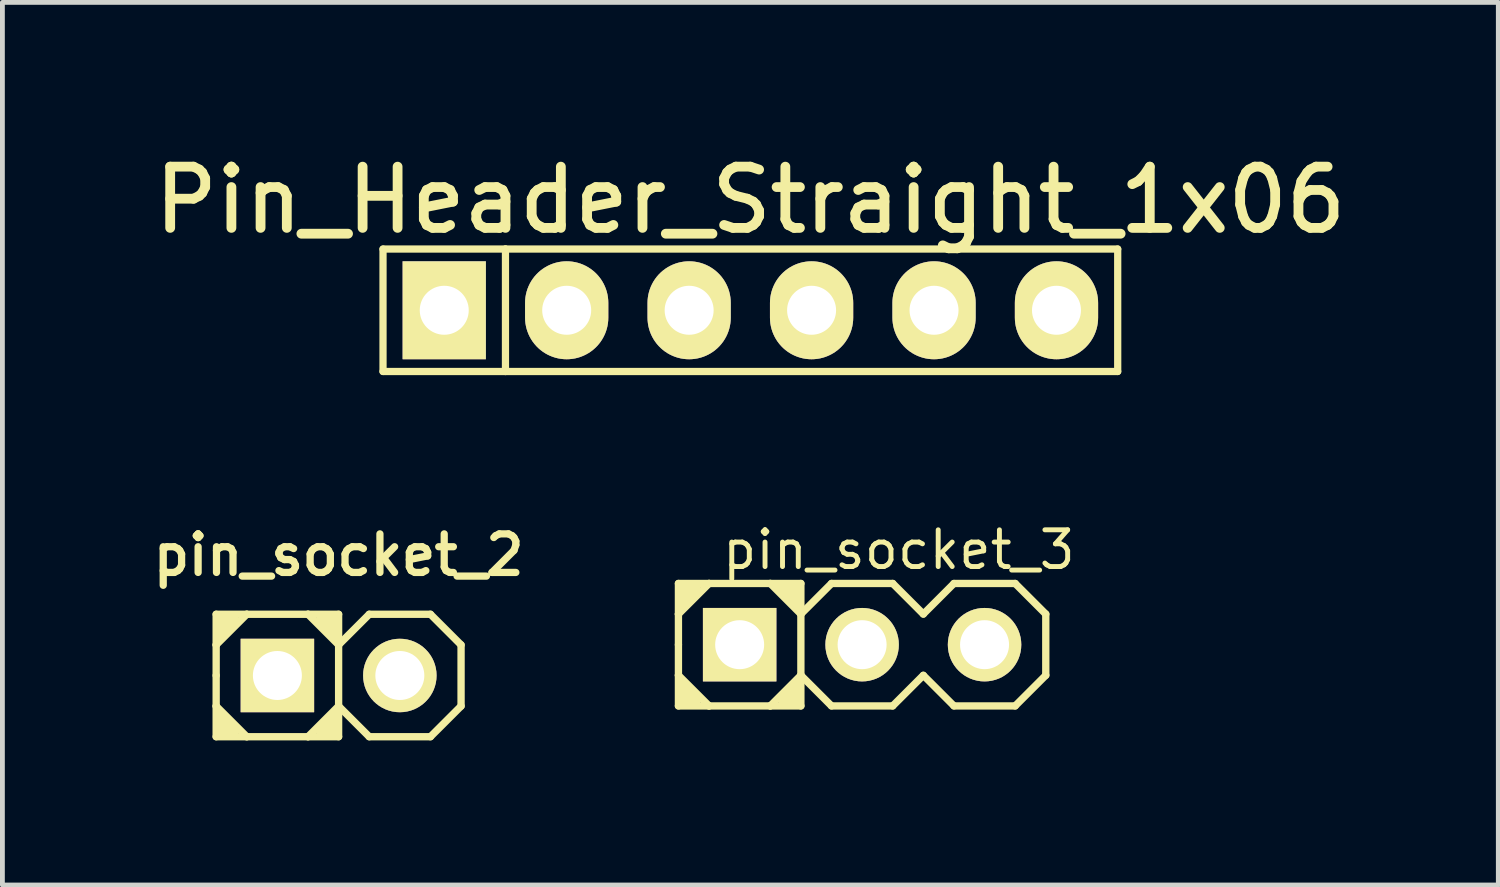
<source format=kicad_pcb>
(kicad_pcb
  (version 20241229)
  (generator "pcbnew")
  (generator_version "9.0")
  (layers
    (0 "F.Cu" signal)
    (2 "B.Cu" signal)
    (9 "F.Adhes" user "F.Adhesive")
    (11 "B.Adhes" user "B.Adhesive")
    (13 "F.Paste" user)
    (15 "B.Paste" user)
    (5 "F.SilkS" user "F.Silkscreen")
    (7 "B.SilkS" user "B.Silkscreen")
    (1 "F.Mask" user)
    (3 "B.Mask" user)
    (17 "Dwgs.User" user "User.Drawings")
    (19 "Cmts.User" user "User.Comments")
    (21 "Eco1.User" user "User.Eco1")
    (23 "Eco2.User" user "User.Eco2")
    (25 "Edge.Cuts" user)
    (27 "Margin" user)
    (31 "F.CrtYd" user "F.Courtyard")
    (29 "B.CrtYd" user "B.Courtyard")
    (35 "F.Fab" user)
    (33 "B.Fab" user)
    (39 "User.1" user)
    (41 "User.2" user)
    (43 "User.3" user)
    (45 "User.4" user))
  (footprint "pin_socket_3"
    (layer "F.Cu")
    (at 14.833 10.323)
    (property "Reference" "pin_socket_3" (at 0.762 -1.968 0) (layer "F.SilkS") (effects (font (size 0.762 0.762) (thickness 0.102))))
    (attr through_hole)
    (fp_line (start -3.81 -1.27) (end -3.175 -1.27) (stroke (width 0.152) (type solid)) (layer "F.SilkS"))
    (fp_line (start -3.81 -0.635) (end -3.81 -1.27) (stroke (width 0.152) (type solid)) (layer "F.SilkS"))
    (fp_line (start -3.81 -0.635) (end -3.81 0) (stroke (width 0.152) (type solid)) (layer "F.SilkS"))
    (fp_line (start -3.81 0) (end -3.81 0.635) (stroke (width 0.152) (type solid)) (layer "F.SilkS"))
    (fp_line (start -3.81 0.635) (end -3.175 1.27) (stroke (width 0.152) (type solid)) (layer "F.SilkS"))
    (fp_line (start -3.81 1.27) (end -3.81 0.635) (stroke (width 0.152) (type solid)) (layer "F.SilkS"))
    (fp_line (start -3.683 -1.206) (end -3.683 -0.826) (stroke (width 0.152) (type solid)) (layer "F.SilkS"))
    (fp_line (start -3.683 1.206) (end -3.683 0.826) (stroke (width 0.152) (type solid)) (layer "F.SilkS"))
    (fp_line (start -3.556 -1.206) (end -3.556 -0.953) (stroke (width 0.152) (type solid)) (layer "F.SilkS"))
    (fp_line (start -3.556 1.206) (end -3.556 0.953) (stroke (width 0.152) (type solid)) (layer "F.SilkS"))
    (fp_line (start -3.429 -1.206) (end -3.429 -1.079) (stroke (width 0.152) (type solid)) (layer "F.SilkS"))
    (fp_line (start -3.429 1.206) (end -3.429 1.079) (stroke (width 0.152) (type solid)) (layer "F.SilkS"))
    (fp_line (start -3.175 -1.27) (end -3.81 -0.635) (stroke (width 0.152) (type solid)) (layer "F.SilkS"))
    (fp_line (start -3.175 1.27) (end -3.81 1.27) (stroke (width 0.152) (type solid)) (layer "F.SilkS"))
    (fp_line (start -3.175 1.27) (end -1.905 1.27) (stroke (width 0.152) (type solid)) (layer "F.SilkS"))
    (fp_line (start -1.905 -1.27) (end -3.175 -1.27) (stroke (width 0.152) (type solid)) (layer "F.SilkS"))
    (fp_line (start -1.905 -1.27) (end -1.27 -1.27) (stroke (width 0.152) (type solid)) (layer "F.SilkS"))
    (fp_line (start -1.905 1.27) (end -1.27 0.635) (stroke (width 0.152) (type solid)) (layer "F.SilkS"))
    (fp_line (start -1.651 -1.206) (end -1.651 -1.079) (stroke (width 0.152) (type solid)) (layer "F.SilkS"))
    (fp_line (start -1.651 1.206) (end -1.651 1.079) (stroke (width 0.152) (type solid)) (layer "F.SilkS"))
    (fp_line (start -1.524 -1.206) (end -1.524 -0.953) (stroke (width 0.152) (type solid)) (layer "F.SilkS"))
    (fp_line (start -1.524 1.206) (end -1.524 0.953) (stroke (width 0.152) (type solid)) (layer "F.SilkS"))
    (fp_line (start -1.397 -1.206) (end -1.397 -0.826) (stroke (width 0.152) (type solid)) (layer "F.SilkS"))
    (fp_line (start -1.397 1.206) (end -1.397 0.826) (stroke (width 0.152) (type solid)) (layer "F.SilkS"))
    (fp_line (start -1.27 -1.27) (end -1.27 -0.699) (stroke (width 0.152) (type solid)) (layer "F.SilkS"))
    (fp_line (start -1.27 -0.635) (end -1.905 -1.27) (stroke (width 0.152) (type solid)) (layer "F.SilkS"))
    (fp_line (start -1.27 -0.635) (end -1.27 0.635) (stroke (width 0.152) (type solid)) (layer "F.SilkS"))
    (fp_line (start -1.27 0.635) (end -1.27 1.27) (stroke (width 0.152) (type solid)) (layer "F.SilkS"))
    (fp_line (start -1.27 0.635) (end -0.635 1.27) (stroke (width 0.152) (type solid)) (layer "F.SilkS"))
    (fp_line (start -1.27 1.27) (end -1.905 1.27) (stroke (width 0.152) (type solid)) (layer "F.SilkS"))
    (fp_line (start -0.635 -1.27) (end -1.27 -0.635) (stroke (width 0.152) (type solid)) (layer "F.SilkS"))
    (fp_line (start -0.635 1.27) (end 0.635 1.27) (stroke (width 0.152) (type solid)) (layer "F.SilkS"))
    (fp_line (start 0.635 -1.27) (end -0.635 -1.27) (stroke (width 0.152) (type solid)) (layer "F.SilkS"))
    (fp_line (start 0.635 1.27) (end 1.27 0.635) (stroke (width 0.152) (type solid)) (layer "F.SilkS"))
    (fp_line (start 1.27 -0.635) (end 0.635 -1.27) (stroke (width 0.152) (type solid)) (layer "F.SilkS"))
    (fp_line (start 1.905 -1.27) (end 1.27 -0.635) (stroke (width 0.15) (type solid)) (layer "F.SilkS"))
    (fp_line (start 1.905 1.27) (end 1.27 0.635) (stroke (width 0.15) (type solid)) (layer "F.SilkS"))
    (fp_line (start 1.905 1.27) (end 3.175 1.27) (stroke (width 0.152) (type solid)) (layer "F.SilkS"))
    (fp_line (start 3.175 -1.27) (end 1.905 -1.27) (stroke (width 0.152) (type solid)) (layer "F.SilkS"))
    (fp_line (start 3.175 1.27) (end 3.81 0.635) (stroke (width 0.152) (type solid)) (layer "F.SilkS"))
    (fp_line (start 3.81 -0.635) (end 3.175 -1.27) (stroke (width 0.152) (type solid)) (layer "F.SilkS"))
    (fp_line (start 3.81 0.635) (end 3.81 -0.635) (stroke (width 0.152) (type solid)) (layer "F.SilkS"))
    (pad "1" thru_hole rect (at -2.54 0) (size 1.524 1.524) (drill 1.016) (layers "*.Cu" "*.Mask" "F.SilkS"))
    (pad "2" thru_hole circle (at 0 0) (size 1.524 1.524) (drill 1.016) (layers "*.Cu" "*.Mask" "F.SilkS"))
    (pad "3" thru_hole circle (at 2.54 0) (size 1.524 1.524) (drill 1.016) (layers "*.Cu" "*.Mask" "F.SilkS")))
  (footprint "Pin_Header_Straight_1x06"
    (layer "F.Cu")
    (at 12.515 3.386)
    (property "Reference" "Pin_Header_Straight_1x06" (at 0 -2.286 0) (layer "F.SilkS") (effects (font (size 1.27 1.27) (thickness 0.203))))
    (attr through_hole)
    (fp_line (start -7.62 -1.27) (end -7.62 1.27) (stroke (width 0.15) (type solid)) (layer "F.SilkS"))
    (fp_line (start -7.62 -1.27) (end -5.08 -1.27) (stroke (width 0.15) (type solid)) (layer "F.SilkS"))
    (fp_line (start -7.62 1.27) (end -5.08 1.27) (stroke (width 0.15) (type solid)) (layer "F.SilkS"))
    (fp_line (start -5.08 -1.27) (end -5.08 1.27) (stroke (width 0.15) (type solid)) (layer "F.SilkS"))
    (fp_line (start -5.08 -1.27) (end 7.62 -1.27) (stroke (width 0.15) (type solid)) (layer "F.SilkS"))
    (fp_line (start 7.62 -1.27) (end 7.62 1.27) (stroke (width 0.15) (type solid)) (layer "F.SilkS"))
    (fp_line (start 7.62 1.27) (end -5.08 1.27) (stroke (width 0.15) (type solid)) (layer "F.SilkS"))
    (pad "1" thru_hole rect (at -6.35 0) (size 1.727 2.032) (drill 1.016) (layers "*.Cu" "*.Mask" "F.SilkS"))
    (pad "2" thru_hole oval (at -3.81 0) (size 1.727 2.032) (drill 1.016) (layers "*.Cu" "*.Mask" "F.SilkS"))
    (pad "3" thru_hole oval (at -1.27 0) (size 1.727 2.032) (drill 1.016) (layers "*.Cu" "*.Mask" "F.SilkS"))
    (pad "4" thru_hole oval (at 1.27 0) (size 1.727 2.032) (drill 1.016) (layers "*.Cu" "*.Mask" "F.SilkS"))
    (pad "5" thru_hole oval (at 3.81 0) (size 1.727 2.032) (drill 1.016) (layers "*.Cu" "*.Mask" "F.SilkS"))
    (pad "6" thru_hole oval (at 6.35 0) (size 1.727 2.032) (drill 1.016) (layers "*.Cu" "*.Mask" "F.SilkS")))
  (footprint "pin_socket_2"
    (layer "F.Cu")
    (at 3.974 10.962)
    (property "Reference" "pin_socket_2" (at 0 -2.5 0) (layer "F.SilkS") (effects (font (size 0.8 0.8) (thickness 0.15))))
    (attr through_hole)
    (fp_line (start -2.54 -1.27) (end -1.905 -1.27) (stroke (width 0.152) (type solid)) (layer "F.SilkS"))
    (fp_line (start -2.54 -0.635) (end -2.54 -1.27) (stroke (width 0.152) (type solid)) (layer "F.SilkS"))
    (fp_line (start -2.54 -0.635) (end -2.54 0) (stroke (width 0.152) (type solid)) (layer "F.SilkS"))
    (fp_line (start -2.54 0) (end -2.54 0.635) (stroke (width 0.152) (type solid)) (layer "F.SilkS"))
    (fp_line (start -2.54 0.635) (end -1.905 1.27) (stroke (width 0.152) (type solid)) (layer "F.SilkS"))
    (fp_line (start -2.54 1.27) (end -2.54 0.635) (stroke (width 0.152) (type solid)) (layer "F.SilkS"))
    (fp_line (start -2.413 -1.206) (end -2.413 -0.826) (stroke (width 0.152) (type solid)) (layer "F.SilkS"))
    (fp_line (start -2.413 1.206) (end -2.413 0.826) (stroke (width 0.152) (type solid)) (layer "F.SilkS"))
    (fp_line (start -2.286 -1.206) (end -2.286 -0.953) (stroke (width 0.152) (type solid)) (layer "F.SilkS"))
    (fp_line (start -2.286 1.206) (end -2.286 0.953) (stroke (width 0.152) (type solid)) (layer "F.SilkS"))
    (fp_line (start -2.159 -1.206) (end -2.159 -1.079) (stroke (width 0.152) (type solid)) (layer "F.SilkS"))
    (fp_line (start -2.159 1.206) (end -2.159 1.079) (stroke (width 0.152) (type solid)) (layer "F.SilkS"))
    (fp_line (start -1.905 -1.27) (end -2.54 -0.635) (stroke (width 0.152) (type solid)) (layer "F.SilkS"))
    (fp_line (start -1.905 1.27) (end -2.54 1.27) (stroke (width 0.152) (type solid)) (layer "F.SilkS"))
    (fp_line (start -1.905 1.27) (end -0.635 1.27) (stroke (width 0.152) (type solid)) (layer "F.SilkS"))
    (fp_line (start -0.635 -1.27) (end -1.905 -1.27) (stroke (width 0.152) (type solid)) (layer "F.SilkS"))
    (fp_line (start -0.635 -1.27) (end 0 -1.27) (stroke (width 0.152) (type solid)) (layer "F.SilkS"))
    (fp_line (start -0.635 1.27) (end 0 0.635) (stroke (width 0.152) (type solid)) (layer "F.SilkS"))
    (fp_line (start -0.381 -1.206) (end -0.381 -1.079) (stroke (width 0.152) (type solid)) (layer "F.SilkS"))
    (fp_line (start -0.381 1.206) (end -0.381 1.079) (stroke (width 0.152) (type solid)) (layer "F.SilkS"))
    (fp_line (start -0.254 -1.206) (end -0.254 -0.953) (stroke (width 0.152) (type solid)) (layer "F.SilkS"))
    (fp_line (start -0.254 1.206) (end -0.254 0.953) (stroke (width 0.152) (type solid)) (layer "F.SilkS"))
    (fp_line (start -0.127 -1.206) (end -0.127 -0.826) (stroke (width 0.152) (type solid)) (layer "F.SilkS"))
    (fp_line (start -0.127 1.206) (end -0.127 0.826) (stroke (width 0.152) (type solid)) (layer "F.SilkS"))
    (fp_line (start 0 -1.27) (end 0 -0.699) (stroke (width 0.152) (type solid)) (layer "F.SilkS"))
    (fp_line (start 0 -0.635) (end -0.635 -1.27) (stroke (width 0.152) (type solid)) (layer "F.SilkS"))
    (fp_line (start 0 -0.635) (end 0 0.635) (stroke (width 0.152) (type solid)) (layer "F.SilkS"))
    (fp_line (start 0 0.635) (end 0 1.27) (stroke (width 0.152) (type solid)) (layer "F.SilkS"))
    (fp_line (start 0 0.635) (end 0.635 1.27) (stroke (width 0.152) (type solid)) (layer "F.SilkS"))
    (fp_line (start 0 1.27) (end -0.635 1.27) (stroke (width 0.152) (type solid)) (layer "F.SilkS"))
    (fp_line (start 0.635 -1.27) (end 0 -0.635) (stroke (width 0.152) (type solid)) (layer "F.SilkS"))
    (fp_line (start 0.635 1.27) (end 1.905 1.27) (stroke (width 0.152) (type solid)) (layer "F.SilkS"))
    (fp_line (start 1.905 -1.27) (end 0.635 -1.27) (stroke (width 0.152) (type solid)) (layer "F.SilkS"))
    (fp_line (start 1.905 1.27) (end 2.54 0.635) (stroke (width 0.152) (type solid)) (layer "F.SilkS"))
    (fp_line (start 2.54 -0.635) (end 1.905 -1.27) (stroke (width 0.152) (type solid)) (layer "F.SilkS"))
    (fp_line (start 2.54 0.635) (end 2.54 -0.635) (stroke (width 0.152) (type solid)) (layer "F.SilkS"))
    (pad "1" thru_hole rect (at -1.27 0) (size 1.524 1.524) (drill 1.016) (layers "*.Cu" "*.Mask" "F.SilkS"))
    (pad "2" thru_hole circle (at 1.27 0) (size 1.524 1.524) (drill 1.016) (layers "*.Cu" "*.Mask" "F.SilkS")))
  (gr_rect
    (start -3 -3)
    (end 28.03 15.308)
    (stroke (width 0.1) (type default))
    (fill no)
    (layer "Edge.Cuts")))
</source>
